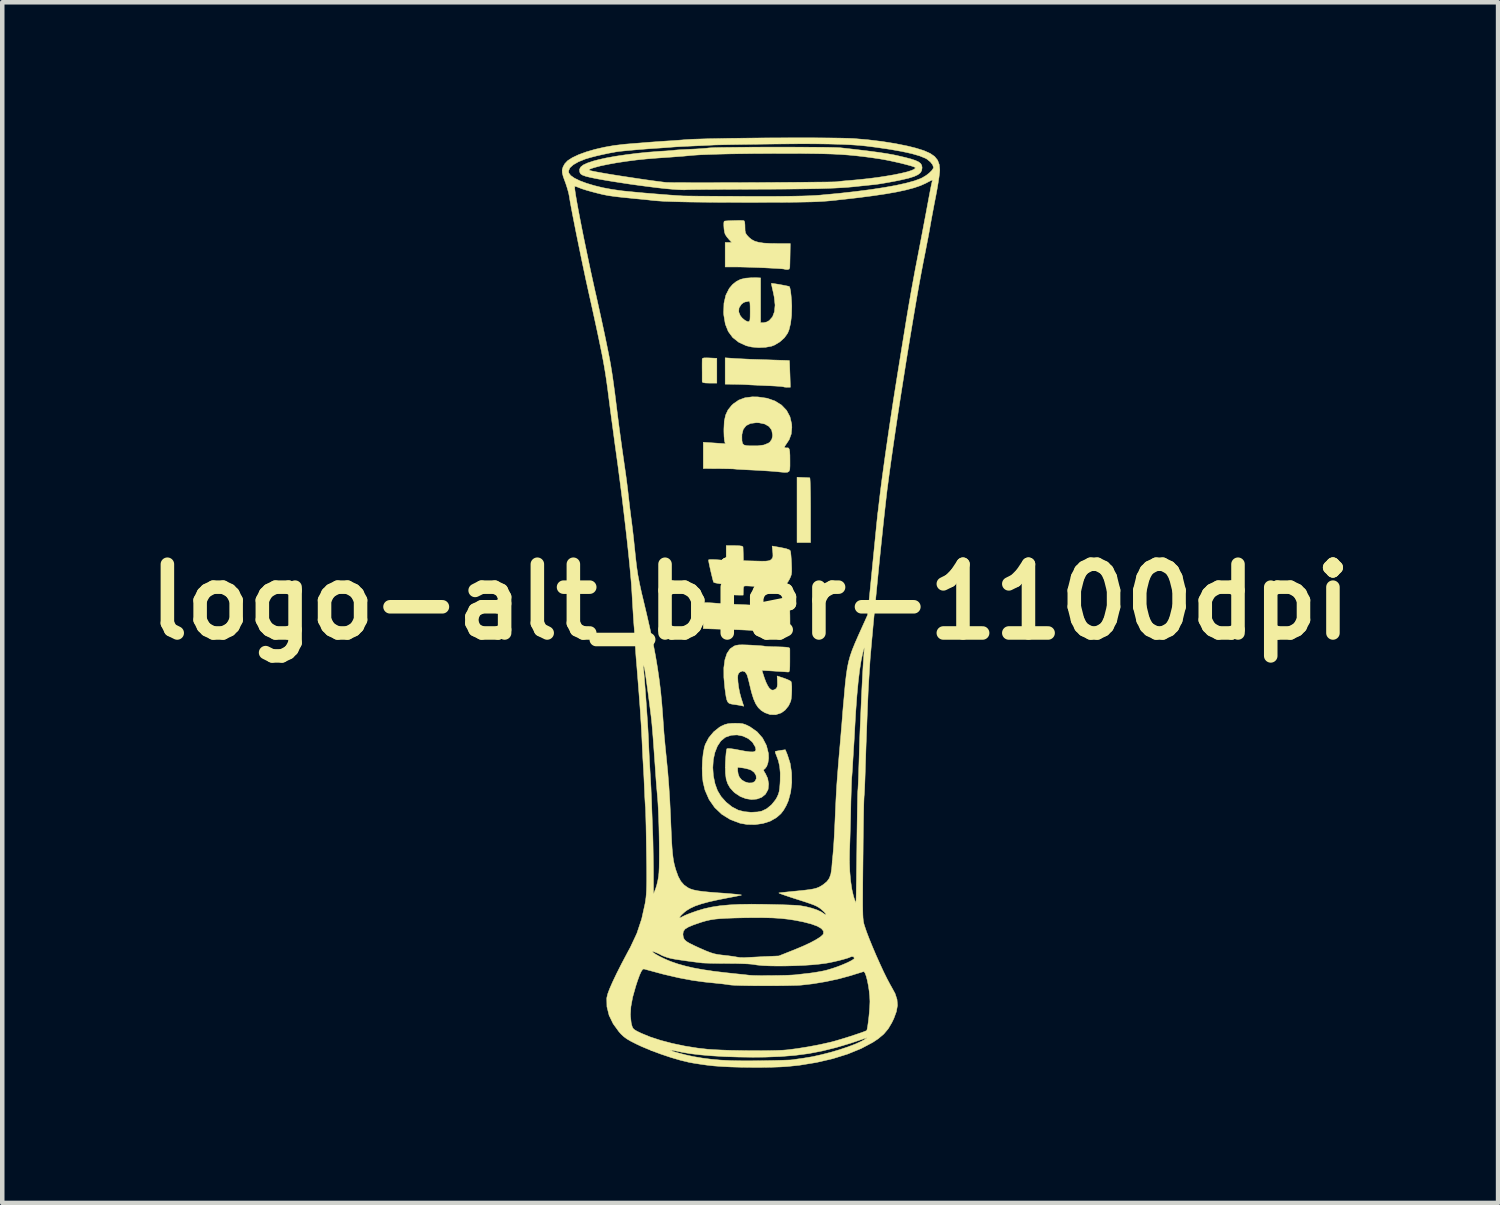
<source format=kicad_pcb>
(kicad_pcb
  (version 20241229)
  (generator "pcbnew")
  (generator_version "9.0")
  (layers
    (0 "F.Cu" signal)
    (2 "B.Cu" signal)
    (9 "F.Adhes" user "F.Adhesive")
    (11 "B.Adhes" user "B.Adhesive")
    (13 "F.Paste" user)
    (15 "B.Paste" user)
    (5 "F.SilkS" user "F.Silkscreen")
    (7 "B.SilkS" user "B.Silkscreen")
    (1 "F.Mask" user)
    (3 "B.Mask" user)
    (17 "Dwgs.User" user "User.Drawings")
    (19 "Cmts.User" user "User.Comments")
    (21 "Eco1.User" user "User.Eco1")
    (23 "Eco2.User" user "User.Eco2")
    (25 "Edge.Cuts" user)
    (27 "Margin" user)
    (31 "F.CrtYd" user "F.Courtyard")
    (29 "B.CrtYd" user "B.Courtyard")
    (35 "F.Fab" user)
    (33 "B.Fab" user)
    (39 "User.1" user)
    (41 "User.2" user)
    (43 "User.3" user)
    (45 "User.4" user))
  (footprint "logo-alt_bier-1100dpi"
    (layer "F.Cu")
    (at 13.578 10.291)
    (property "Reference" "logo-alt_bier-1100dpi" (at 0 0 0) (layer "F.SilkS") (effects (font (size 1.524 1.524) (thickness 0.3))))
    (attr through_hole)
    (fp_poly (pts (xy 1.172 -2.757) (xy 1.247 -2.754) (xy 1.302 -2.751) (xy 1.322 -2.75) (xy 1.326 -2.727) (xy 1.33 -2.664) (xy 1.333 -2.565) (xy 1.336 -2.438) (xy 1.338 -2.286) (xy 1.339 -2.116) (xy 1.339 -2.032) (xy 1.339 -1.316) (xy 1.039 -1.316) (xy 1.039 -2.763) (xy 1.172 -2.757)) (stroke (width 0.01) (type solid)) (fill yes) (layer "F.SilkS"))
    (fp_poly (pts (xy -0.901 -5.407) (xy -0.739 -5.399) (xy -0.739 -4.849) (xy -0.901 -4.849) (xy -0.995 -4.852) (xy -1.048 -4.862) (xy -1.063 -4.878) (xy -1.064 -4.924) (xy -1.064 -5) (xy -1.064 -5.093) (xy -1.065 -5.191) (xy -1.065 -5.279) (xy -1.064 -5.347) (xy -1.064 -5.38) (xy -1.055 -5.398) (xy -1.023 -5.408) (xy -0.96 -5.409) (xy -0.901 -5.407)) (stroke (width 0.01) (type solid)) (fill yes) (layer "F.SilkS"))
    (fp_poly (pts (xy -0.341 -5.395) (xy -0.251 -5.39) (xy -0.125 -5.384) (xy 0.024 -5.377) (xy 0.186 -5.372) (xy 0.35 -5.366) (xy 0.369 -5.366) (xy 0.515 -5.361) (xy 0.645 -5.357) (xy 0.751 -5.354) (xy 0.827 -5.351) (xy 0.865 -5.349) (xy 0.869 -5.349) (xy 0.871 -5.326) (xy 0.874 -5.266) (xy 0.877 -5.177) (xy 0.881 -5.068) (xy 0.882 -5.051) (xy 0.891 -4.757) (xy 0.819 -4.757) (xy 0.765 -4.76) (xy 0.736 -4.767) (xy 0.736 -4.767) (xy 0.71 -4.772) (xy 0.647 -4.778) (xy 0.554 -4.784) (xy 0.44 -4.79) (xy 0.38 -4.792) (xy 0.247 -4.798) (xy 0.121 -4.804) (xy 0.013 -4.809) (xy -0.064 -4.814) (xy -0.081 -4.815) (xy -0.164 -4.819) (xy -0.27 -4.822) (xy -0.375 -4.824) (xy -0.554 -4.826) (xy -0.554 -5.41) (xy -0.341 -5.395)) (stroke (width 0.01) (type solid)) (fill yes) (layer "F.SilkS"))
    (fp_poly (pts (xy -0.914 0.019) (xy -0.827 0.024) (xy -0.803 0.026) (xy -0.713 0.033) (xy -0.59 0.041) (xy -0.449 0.048) (xy -0.302 0.056) (xy -0.245 0.058) (xy -0.113 0.064) (xy 0.007 0.07) (xy 0.106 0.076) (xy 0.175 0.08) (xy 0.196 0.082) (xy 0.246 0.086) (xy 0.33 0.089) (xy 0.437 0.092) (xy 0.555 0.095) (xy 0.561 0.095) (xy 0.673 0.098) (xy 0.767 0.103) (xy 0.836 0.111) (xy 0.868 0.119) (xy 0.869 0.12) (xy 0.874 0.151) (xy 0.879 0.218) (xy 0.881 0.31) (xy 0.882 0.412) (xy 0.882 0.681) (xy 0.823 0.684) (xy 0.776 0.683) (xy 0.756 0.679) (xy 0.732 0.676) (xy 0.67 0.671) (xy 0.579 0.665) (xy 0.467 0.659) (xy 0.427 0.657) (xy 0.304 0.651) (xy 0.195 0.645) (xy 0.108 0.639) (xy 0.054 0.635) (xy 0.047 0.634) (xy 0.008 0.63) (xy -0.07 0.626) (xy -0.178 0.621) (xy -0.311 0.616) (xy -0.459 0.611) (xy -0.524 0.609) (xy -1.039 0.593) (xy -1.039 0.31) (xy -1.037 0.175) (xy -1.031 0.08) (xy -1.021 0.028) (xy -1.014 0.019) (xy -0.98 0.017) (xy -0.914 0.019)) (stroke (width 0.01) (type solid)) (fill yes) (layer "F.SilkS"))
    (fp_poly (pts (xy -0.165 -8.453) (xy -0.156 -8.453) (xy -0.133 -8.445) (xy -0.121 -8.416) (xy -0.116 -8.357) (xy -0.115 -8.31) (xy -0.113 -8.229) (xy -0.102 -8.175) (xy -0.074 -8.131) (xy -0.029 -8.082) (xy 0.031 -8.032) (xy 0.1 -7.995) (xy 0.187 -7.97) (xy 0.298 -7.953) (xy 0.442 -7.945) (xy 0.596 -7.943) (xy 0.889 -7.943) (xy 0.885 -7.707) (xy 0.883 -7.601) (xy 0.881 -7.508) (xy 0.879 -7.441) (xy 0.879 -7.418) (xy 0.865 -7.377) (xy 0.824 -7.366) (xy 0.778 -7.37) (xy 0.76 -7.375) (xy 0.734 -7.38) (xy 0.67 -7.386) (xy 0.574 -7.392) (xy 0.456 -7.398) (xy 0.321 -7.405) (xy 0.179 -7.411) (xy 0.036 -7.416) (xy -0.1 -7.42) (xy -0.221 -7.423) (xy -0.318 -7.424) (xy -0.554 -7.424) (xy -0.554 -7.695) (xy -0.554 -7.966) (xy -0.407 -7.966) (xy -0.466 -8.03) (xy -0.515 -8.088) (xy -0.552 -8.145) (xy -0.554 -8.148) (xy -0.568 -8.195) (xy -0.579 -8.264) (xy -0.584 -8.338) (xy -0.584 -8.401) (xy -0.576 -8.437) (xy -0.575 -8.438) (xy -0.55 -8.443) (xy -0.491 -8.447) (xy -0.41 -8.45) (xy -0.321 -8.453) (xy -0.235 -8.454) (xy -0.165 -8.453)) (stroke (width 0.01) (type solid)) (fill yes) (layer "F.SilkS"))
    (fp_poly (pts (xy -0.244 -1.244) (xy -0.184 -1.236) (xy -0.16 -1.221) (xy -0.159 -1.218) (xy -0.157 -1.181) (xy -0.155 -1.113) (xy -0.153 -1.051) (xy -0.15 -0.912) (xy 0.135 -0.905) (xy 0.257 -0.902) (xy 0.342 -0.903) (xy 0.399 -0.909) (xy 0.436 -0.919) (xy 0.462 -0.935) (xy 0.467 -0.939) (xy 0.493 -0.971) (xy 0.505 -1.012) (xy 0.503 -1.078) (xy 0.5 -1.11) (xy 0.487 -1.238) (xy 0.681 -1.204) (xy 0.794 -1.18) (xy 0.863 -1.156) (xy 0.89 -1.133) (xy 0.898 -1.096) (xy 0.905 -1.024) (xy 0.912 -0.929) (xy 0.916 -0.854) (xy 0.92 -0.742) (xy 0.92 -0.664) (xy 0.913 -0.607) (xy 0.897 -0.558) (xy 0.874 -0.508) (xy 0.835 -0.441) (xy 0.792 -0.393) (xy 0.738 -0.36) (xy 0.666 -0.34) (xy 0.569 -0.331) (xy 0.438 -0.331) (xy 0.312 -0.335) (xy 0.185 -0.341) (xy 0.071 -0.346) (xy -0.02 -0.351) (xy -0.079 -0.354) (xy -0.092 -0.354) (xy -0.128 -0.352) (xy -0.145 -0.333) (xy -0.152 -0.283) (xy -0.152 -0.254) (xy -0.155 -0.15) (xy -0.245 -0.15) (xy -0.33 -0.152) (xy -0.422 -0.156) (xy -0.433 -0.157) (xy -0.531 -0.164) (xy -0.531 -0.278) (xy -0.534 -0.348) (xy -0.546 -0.383) (xy -0.57 -0.393) (xy -0.572 -0.393) (xy -0.639 -0.398) (xy -0.712 -0.409) (xy -0.774 -0.421) (xy -0.809 -0.434) (xy -0.81 -0.435) (xy -0.819 -0.461) (xy -0.835 -0.521) (xy -0.855 -0.603) (xy -0.877 -0.695) (xy -0.897 -0.786) (xy -0.913 -0.863) (xy -0.922 -0.916) (xy -0.924 -0.93) (xy -0.902 -0.937) (xy -0.846 -0.939) (xy -0.764 -0.936) (xy -0.727 -0.933) (xy -0.531 -0.919) (xy -0.531 -1.247) (xy -0.346 -1.247) (xy -0.244 -1.244)) (stroke (width 0.01) (type solid)) (fill yes) (layer "F.SilkS"))
    (fp_poly (pts (xy 0.156 -7.184) (xy 0.231 -7.181) (xy 0.231 -6.188) (xy 0.297 -6.188) (xy 0.364 -6.203) (xy 0.421 -6.234) (xy 0.496 -6.319) (xy 0.539 -6.434) (xy 0.552 -6.579) (xy 0.533 -6.757) (xy 0.51 -6.869) (xy 0.49 -6.955) (xy 0.476 -7.021) (xy 0.471 -7.056) (xy 0.471 -7.06) (xy 0.495 -7.059) (xy 0.551 -7.051) (xy 0.626 -7.039) (xy 0.709 -7.024) (xy 0.785 -7.009) (xy 0.843 -6.997) (xy 0.869 -6.99) (xy 0.869 -6.989) (xy 0.882 -6.955) (xy 0.896 -6.885) (xy 0.907 -6.789) (xy 0.916 -6.678) (xy 0.922 -6.562) (xy 0.922 -6.548) (xy 0.917 -6.349) (xy 0.896 -6.172) (xy 0.86 -6.026) (xy 0.83 -5.955) (xy 0.759 -5.855) (xy 0.657 -5.763) (xy 0.54 -5.693) (xy 0.476 -5.668) (xy 0.341 -5.643) (xy 0.187 -5.636) (xy 0.036 -5.649) (xy -0.085 -5.677) (xy -0.254 -5.755) (xy -0.387 -5.86) (xy -0.486 -5.994) (xy -0.551 -6.158) (xy -0.584 -6.355) (xy -0.588 -6.408) (xy -0.587 -6.429) (xy -0.254 -6.429) (xy -0.218 -6.341) (xy -0.175 -6.29) (xy -0.119 -6.243) (xy -0.066 -6.215) (xy -0.048 -6.211) (xy -0.027 -6.214) (xy -0.012 -6.228) (xy -0.004 -6.261) (xy -0.001 -6.321) (xy -0.000017 -6.418) (xy 0 -6.445) (xy -0.001 -6.551) (xy -0.004 -6.618) (xy -0.011 -6.654) (xy -0.023 -6.666) (xy -0.037 -6.664) (xy -0.089 -6.651) (xy -0.107 -6.65) (xy -0.145 -6.635) (xy -0.193 -6.598) (xy -0.197 -6.594) (xy -0.247 -6.515) (xy -0.254 -6.429) (xy -0.587 -6.429) (xy -0.581 -6.619) (xy -0.539 -6.799) (xy -0.463 -6.949) (xy -0.389 -7.036) (xy -0.305 -7.103) (xy -0.213 -7.149) (xy -0.103 -7.175) (xy 0.036 -7.185) (xy 0.156 -7.184)) (stroke (width 0.01) (type solid)) (fill yes) (layer "F.SilkS"))
    (fp_poly (pts (xy 0.171 -4.543) (xy 0.374 -4.514) (xy 0.549 -4.453) (xy 0.694 -4.363) (xy 0.806 -4.246) (xy 0.882 -4.104) (xy 0.92 -3.941) (xy 0.924 -3.867) (xy 0.91 -3.72) (xy 0.864 -3.595) (xy 0.804 -3.504) (xy 0.766 -3.449) (xy 0.763 -3.42) (xy 0.795 -3.413) (xy 0.824 -3.415) (xy 0.849 -3.411) (xy 0.866 -3.386) (xy 0.876 -3.335) (xy 0.881 -3.25) (xy 0.882 -3.126) (xy 0.882 -3.12) (xy 0.882 -3.012) (xy 0.878 -2.939) (xy 0.862 -2.894) (xy 0.828 -2.874) (xy 0.767 -2.87) (xy 0.673 -2.878) (xy 0.589 -2.887) (xy 0.497 -2.895) (xy 0.374 -2.903) (xy 0.233 -2.912) (xy 0.089 -2.92) (xy 0.046 -2.922) (xy -0.08 -2.928) (xy -0.191 -2.934) (xy -0.279 -2.939) (xy -0.334 -2.944) (xy -0.346 -2.945) (xy -0.381 -2.948) (xy -0.453 -2.95) (xy -0.552 -2.952) (xy -0.669 -2.954) (xy -0.71 -2.954) (xy -1.039 -2.956) (xy -1.039 -3.538) (xy -0.794 -3.522) (xy -0.55 -3.505) (xy -0.566 -3.556) (xy -0.573 -3.601) (xy -0.578 -3.667) (xy -0.184 -3.667) (xy -0.182 -3.57) (xy -0.169 -3.511) (xy -0.138 -3.478) (xy -0.082 -3.464) (xy -0.015 -3.459) (xy 0.166 -3.459) (xy 0.305 -3.478) (xy 0.404 -3.518) (xy 0.437 -3.543) (xy 0.479 -3.601) (xy 0.495 -3.671) (xy 0.496 -3.704) (xy 0.477 -3.808) (xy 0.418 -3.888) (xy 0.325 -3.942) (xy 0.199 -3.969) (xy 0.138 -3.972) (xy 0.008 -3.955) (xy -0.089 -3.907) (xy -0.153 -3.826) (xy -0.182 -3.715) (xy -0.184 -3.667) (xy -0.578 -3.667) (xy -0.579 -3.679) (xy -0.582 -3.777) (xy -0.582 -3.831) (xy -0.574 -4.003) (xy -0.544 -4.141) (xy -0.491 -4.255) (xy -0.41 -4.355) (xy -0.374 -4.389) (xy -0.253 -4.473) (xy -0.116 -4.524) (xy 0.046 -4.545) (xy 0.171 -4.543)) (stroke (width 0.01) (type solid)) (fill yes) (layer "F.SilkS"))
    (fp_poly (pts (xy -0.067 0.955) (xy 0.021 0.959) (xy 0.132 0.966) (xy 0.226 0.972) (xy 0.293 0.978) (xy 0.324 0.983) (xy 0.325 0.983) (xy 0.352 0.987) (xy 0.416 0.99) (xy 0.506 0.994) (xy 0.608 0.996) (xy 0.726 1) (xy 0.804 1.005) (xy 0.851 1.013) (xy 0.874 1.024) (xy 0.879 1.038) (xy 0.88 1.075) (xy 0.88 1.147) (xy 0.88 1.242) (xy 0.88 1.316) (xy 0.879 1.425) (xy 0.876 1.495) (xy 0.869 1.535) (xy 0.857 1.552) (xy 0.839 1.555) (xy 0.839 1.555) (xy 0.8 1.552) (xy 0.727 1.547) (xy 0.629 1.541) (xy 0.529 1.534) (xy 0.26 1.518) (xy 0.316 1.689) (xy 0.35 1.779) (xy 0.389 1.859) (xy 0.424 1.912) (xy 0.427 1.915) (xy 0.471 1.952) (xy 0.508 1.957) (xy 0.542 1.944) (xy 0.577 1.922) (xy 0.597 1.888) (xy 0.605 1.831) (xy 0.603 1.741) (xy 0.602 1.727) (xy 0.598 1.642) (xy 0.744 1.69) (xy 0.821 1.719) (xy 0.879 1.746) (xy 0.906 1.764) (xy 0.916 1.804) (xy 0.922 1.876) (xy 0.922 1.966) (xy 0.918 2.061) (xy 0.91 2.145) (xy 0.9 2.199) (xy 0.852 2.303) (xy 0.776 2.397) (xy 0.692 2.459) (xy 0.567 2.501) (xy 0.442 2.498) (xy 0.329 2.458) (xy 0.247 2.408) (xy 0.18 2.344) (xy 0.123 2.259) (xy 0.074 2.147) (xy 0.029 2.002) (xy -0.011 1.836) (xy -0.033 1.745) (xy -0.055 1.664) (xy -0.072 1.611) (xy -0.113 1.552) (xy -0.168 1.532) (xy -0.227 1.556) (xy -0.235 1.562) (xy -0.259 1.589) (xy -0.272 1.624) (xy -0.276 1.678) (xy -0.271 1.764) (xy -0.27 1.778) (xy -0.256 1.89) (xy -0.231 2.018) (xy -0.2 2.132) (xy -0.142 2.313) (xy -0.192 2.301) (xy -0.244 2.291) (xy -0.32 2.279) (xy -0.365 2.273) (xy -0.424 2.263) (xy -0.467 2.248) (xy -0.496 2.22) (xy -0.518 2.172) (xy -0.535 2.096) (xy -0.551 1.984) (xy -0.56 1.923) (xy -0.583 1.674) (xy -0.584 1.461) (xy -0.56 1.283) (xy -0.514 1.143) (xy -0.445 1.041) (xy -0.353 0.978) (xy -0.307 0.963) (xy -0.25 0.954) (xy -0.173 0.952) (xy -0.067 0.955)) (stroke (width 0.01) (type solid)) (fill yes) (layer "F.SilkS"))
    (fp_poly (pts (xy -0.236 2.693) (xy -0.164 2.701) (xy -0.1 2.722) (xy -0.025 2.758) (xy -0.004 2.769) (xy 0.153 2.879) (xy 0.275 3.018) (xy 0.361 3.183) (xy 0.405 3.36) (xy 0.409 3.464) (xy 0.395 3.564) (xy 0.367 3.646) (xy 0.329 3.696) (xy 0.325 3.699) (xy 0.301 3.718) (xy 0.299 3.741) (xy 0.322 3.782) (xy 0.337 3.804) (xy 0.388 3.912) (xy 0.409 4.035) (xy 0.398 4.151) (xy 0.393 4.166) (xy 0.339 4.263) (xy 0.256 4.331) (xy 0.152 4.37) (xy 0.032 4.381) (xy -0.094 4.362) (xy -0.22 4.313) (xy -0.339 4.234) (xy -0.372 4.204) (xy -0.446 4.121) (xy -0.498 4.031) (xy -0.532 3.927) (xy -0.548 3.798) (xy -0.549 3.739) (xy -0.277 3.739) (xy -0.266 3.814) (xy -0.241 3.882) (xy -0.189 3.945) (xy -0.114 3.99) (xy -0.032 4.014) (xy 0.046 4.011) (xy 0.102 3.982) (xy 0.136 3.92) (xy 0.131 3.849) (xy 0.092 3.782) (xy 0.026 3.731) (xy -0.036 3.708) (xy -0.119 3.688) (xy -0.158 3.681) (xy -0.277 3.666) (xy -0.277 3.739) (xy -0.549 3.739) (xy -0.551 3.637) (xy -0.548 3.548) (xy -0.541 3.439) (xy -0.533 3.347) (xy -0.524 3.282) (xy -0.515 3.254) (xy -0.485 3.25) (xy -0.42 3.255) (xy -0.329 3.268) (xy -0.265 3.281) (xy -0.115 3.309) (xy -0.006 3.324) (xy 0.068 3.325) (xy 0.111 3.31) (xy 0.127 3.28) (xy 0.119 3.233) (xy 0.112 3.212) (xy 0.05 3.109) (xy -0.044 3.029) (xy -0.16 2.975) (xy -0.289 2.949) (xy -0.419 2.956) (xy -0.542 2.998) (xy -0.554 3.004) (xy -0.65 3.083) (xy -0.726 3.197) (xy -0.782 3.338) (xy -0.817 3.5) (xy -0.828 3.674) (xy -0.816 3.854) (xy -0.779 4.032) (xy -0.725 4.182) (xy -0.645 4.315) (xy -0.533 4.44) (xy -0.403 4.544) (xy -0.267 4.615) (xy -0.265 4.616) (xy -0.132 4.65) (xy 0.019 4.664) (xy 0.166 4.656) (xy 0.257 4.638) (xy 0.368 4.584) (xy 0.474 4.497) (xy 0.563 4.386) (xy 0.594 4.333) (xy 0.623 4.269) (xy 0.642 4.206) (xy 0.654 4.128) (xy 0.662 4.024) (xy 0.665 3.967) (xy 0.667 3.792) (xy 0.654 3.648) (xy 0.625 3.521) (xy 0.585 3.411) (xy 0.563 3.356) (xy 0.555 3.321) (xy 0.556 3.316) (xy 0.583 3.308) (xy 0.639 3.298) (xy 0.672 3.292) (xy 0.779 3.277) (xy 0.825 3.388) (xy 0.886 3.578) (xy 0.918 3.788) (xy 0.922 4.004) (xy 0.898 4.215) (xy 0.846 4.409) (xy 0.797 4.52) (xy 0.739 4.62) (xy 0.68 4.696) (xy 0.602 4.765) (xy 0.572 4.788) (xy 0.441 4.862) (xy 0.282 4.912) (xy 0.107 4.937) (xy -0.073 4.933) (xy -0.225 4.906) (xy -0.44 4.825) (xy -0.628 4.709) (xy -0.786 4.559) (xy -0.911 4.38) (xy -1.001 4.174) (xy -1.045 3.992) (xy -1.06 3.848) (xy -1.064 3.686) (xy -1.058 3.519) (xy -1.041 3.362) (xy -1.016 3.228) (xy -0.995 3.16) (xy -0.918 3.013) (xy -0.809 2.881) (xy -0.68 2.778) (xy -0.638 2.754) (xy -0.564 2.72) (xy -0.493 2.701) (xy -0.407 2.693) (xy -0.335 2.691) (xy -0.236 2.693)) (stroke (width 0.01) (type solid)) (fill yes) (layer "F.SilkS"))
    (fp_poly (pts (xy 0.955 -10.08) (xy 1.171 -10.079) (xy 1.374 -10.078) (xy 1.557 -10.077) (xy 1.716 -10.075) (xy 1.846 -10.072) (xy 1.941 -10.069) (xy 1.997 -10.066) (xy 2.318 -10.03) (xy 2.595 -9.997) (xy 2.83 -9.966) (xy 3.024 -9.937) (xy 3.18 -9.909) (xy 3.256 -9.893) (xy 3.431 -9.852) (xy 3.565 -9.817) (xy 3.664 -9.784) (xy 3.733 -9.752) (xy 3.777 -9.718) (xy 3.801 -9.679) (xy 3.81 -9.633) (xy 3.81 -9.617) (xy 3.801 -9.56) (xy 3.772 -9.511) (xy 3.717 -9.468) (xy 3.632 -9.429) (xy 3.513 -9.392) (xy 3.355 -9.355) (xy 3.24 -9.331) (xy 3.107 -9.306) (xy 2.977 -9.283) (xy 2.863 -9.264) (xy 2.778 -9.252) (xy 2.759 -9.25) (xy 2.671 -9.241) (xy 2.557 -9.229) (xy 2.438 -9.217) (xy 2.401 -9.213) (xy 2.279 -9.2) (xy 2.152 -9.189) (xy 2.016 -9.18) (xy 1.869 -9.172) (xy 1.705 -9.166) (xy 1.521 -9.16) (xy 1.311 -9.156) (xy 1.073 -9.153) (xy 0.802 -9.15) (xy 0.494 -9.148) (xy 0.144 -9.147) (xy 0.083 -9.147) (xy -0.173 -9.146) (xy -0.416 -9.145) (xy -0.642 -9.144) (xy -0.848 -9.142) (xy -1.028 -9.141) (xy -1.179 -9.14) (xy -1.296 -9.138) (xy -1.377 -9.137) (xy -1.416 -9.135) (xy -1.418 -9.135) (xy -1.46 -9.133) (xy -1.536 -9.135) (xy -1.635 -9.14) (xy -1.72 -9.146) (xy -1.867 -9.159) (xy -2.041 -9.178) (xy -2.234 -9.202) (xy -2.441 -9.229) (xy -2.652 -9.258) (xy -2.862 -9.29) (xy -3.062 -9.321) (xy -3.247 -9.352) (xy -3.408 -9.381) (xy -3.539 -9.408) (xy -3.632 -9.43) (xy -3.642 -9.433) (xy -3.717 -9.46) (xy -3.759 -9.488) (xy -3.778 -9.527) (xy -3.779 -9.529) (xy -3.781 -9.573) (xy -3.571 -9.573) (xy -3.542 -9.559) (xy -3.5 -9.549) (xy -3.42 -9.533) (xy -3.306 -9.512) (xy -3.167 -9.488) (xy -3.008 -9.462) (xy -2.836 -9.435) (xy -2.658 -9.408) (xy -2.481 -9.381) (xy -2.31 -9.356) (xy -2.153 -9.334) (xy -2.016 -9.316) (xy -1.905 -9.302) (xy -1.859 -9.297) (xy -1.817 -9.296) (xy -1.734 -9.294) (xy -1.615 -9.293) (xy -1.463 -9.293) (xy -1.282 -9.292) (xy -1.078 -9.292) (xy -0.855 -9.292) (xy -0.616 -9.293) (xy -0.366 -9.293) (xy -0.109 -9.294) (xy 0.15 -9.295) (xy 0.407 -9.296) (xy 0.658 -9.298) (xy 0.898 -9.299) (xy 1.123 -9.301) (xy 1.329 -9.303) (xy 1.512 -9.305) (xy 1.667 -9.306) (xy 1.79 -9.308) (xy 1.877 -9.31) (xy 1.923 -9.312) (xy 1.928 -9.313) (xy 1.985 -9.321) (xy 2.07 -9.33) (xy 2.168 -9.338) (xy 2.182 -9.339) (xy 2.402 -9.359) (xy 2.617 -9.382) (xy 2.824 -9.408) (xy 3.018 -9.438) (xy 3.194 -9.468) (xy 3.348 -9.5) (xy 3.477 -9.531) (xy 3.575 -9.562) (xy 3.638 -9.591) (xy 3.662 -9.617) (xy 3.657 -9.63) (xy 3.624 -9.645) (xy 3.554 -9.668) (xy 3.457 -9.694) (xy 3.34 -9.724) (xy 3.212 -9.753) (xy 3.083 -9.781) (xy 2.96 -9.805) (xy 2.853 -9.823) (xy 2.851 -9.823) (xy 2.666 -9.85) (xy 2.496 -9.872) (xy 2.334 -9.89) (xy 2.174 -9.905) (xy 2.01 -9.917) (xy 1.834 -9.926) (xy 1.642 -9.932) (xy 1.425 -9.936) (xy 1.178 -9.939) (xy 0.894 -9.94) (xy 0.762 -9.94) (xy 0.432 -9.939) (xy 0.117 -9.938) (xy -0.18 -9.934) (xy -0.454 -9.93) (xy -0.702 -9.924) (xy -0.919 -9.917) (xy -1.1 -9.91) (xy -1.244 -9.901) (xy -1.328 -9.894) (xy -1.396 -9.887) (xy -1.482 -9.879) (xy -1.592 -9.871) (xy -1.731 -9.86) (xy -1.906 -9.848) (xy -2.078 -9.836) (xy -2.298 -9.818) (xy -2.522 -9.795) (xy -2.744 -9.766) (xy -2.956 -9.734) (xy -3.149 -9.699) (xy -3.318 -9.664) (xy -3.452 -9.628) (xy -3.522 -9.605) (xy -3.566 -9.586) (xy -3.571 -9.573) (xy -3.781 -9.573) (xy -3.782 -9.588) (xy -3.756 -9.639) (xy -3.699 -9.685) (xy -3.606 -9.728) (xy -3.474 -9.772) (xy -3.36 -9.802) (xy -3.19 -9.84) (xy -2.984 -9.877) (xy -2.755 -9.911) (xy -2.512 -9.942) (xy -2.266 -9.967) (xy -2.03 -9.985) (xy -1.974 -9.989) (xy -1.866 -9.995) (xy -1.775 -10.002) (xy -1.712 -10.007) (xy -1.685 -10.011) (xy -1.685 -10.011) (xy -1.659 -10.014) (xy -1.595 -10.019) (xy -1.502 -10.024) (xy -1.388 -10.03) (xy -1.327 -10.033) (xy -1.201 -10.039) (xy -1.087 -10.046) (xy -0.996 -10.053) (xy -0.936 -10.059) (xy -0.924 -10.061) (xy -0.883 -10.064) (xy -0.802 -10.068) (xy -0.684 -10.071) (xy -0.535 -10.073) (xy -0.36 -10.075) (xy -0.165 -10.077) (xy 0.047 -10.079) (xy 0.27 -10.08) (xy 0.499 -10.08) (xy 0.729 -10.08) (xy 0.955 -10.08)) (stroke (width 0.01) (type solid)) (fill yes) (layer "F.SilkS"))
    (fp_poly (pts (xy 1.407 -10.286) (xy 1.641 -10.284) (xy 1.851 -10.282) (xy 2.034 -10.279) (xy 2.183 -10.275) (xy 2.295 -10.27) (xy 2.309 -10.269) (xy 2.619 -10.242) (xy 2.926 -10.205) (xy 3.22 -10.158) (xy 3.488 -10.104) (xy 3.673 -10.058) (xy 3.852 -10.002) (xy 3.989 -9.941) (xy 4.089 -9.872) (xy 4.155 -9.79) (xy 4.191 -9.693) (xy 4.203 -9.575) (xy 4.203 -9.574) (xy 4.198 -9.512) (xy 4.186 -9.414) (xy 4.167 -9.289) (xy 4.143 -9.148) (xy 4.115 -8.997) (xy 4.111 -8.978) (xy 4.08 -8.819) (xy 4.05 -8.659) (xy 4.022 -8.51) (xy 3.999 -8.383) (xy 3.983 -8.29) (xy 3.983 -8.29) (xy 3.967 -8.2) (xy 3.944 -8.076) (xy 3.915 -7.928) (xy 3.884 -7.766) (xy 3.851 -7.6) (xy 3.841 -7.551) (xy 3.798 -7.326) (xy 3.749 -7.062) (xy 3.696 -6.763) (xy 3.64 -6.435) (xy 3.581 -6.084) (xy 3.52 -5.716) (xy 3.458 -5.335) (xy 3.397 -4.948) (xy 3.336 -4.561) (xy 3.277 -4.178) (xy 3.221 -3.806) (xy 3.169 -3.45) (xy 3.121 -3.115) (xy 3.079 -2.809) (xy 3.043 -2.535) (xy 3.037 -2.494) (xy 3.021 -2.359) (xy 3.001 -2.183) (xy 2.978 -1.974) (xy 2.952 -1.738) (xy 2.925 -1.479) (xy 2.896 -1.205) (xy 2.867 -0.922) (xy 2.838 -0.635) (xy 2.81 -0.35) (xy 2.783 -0.075) (xy 2.758 0.186) (xy 2.735 0.426) (xy 2.725 0.531) (xy 2.711 0.689) (xy 2.697 0.838) (xy 2.685 0.97) (xy 2.676 1.077) (xy 2.669 1.149) (xy 2.668 1.166) (xy 2.661 1.243) (xy 2.654 1.347) (xy 2.647 1.46) (xy 2.644 1.501) (xy 2.637 1.624) (xy 2.629 1.755) (xy 2.622 1.87) (xy 2.621 1.893) (xy 2.616 1.981) (xy 2.611 2.101) (xy 2.605 2.239) (xy 2.599 2.38) (xy 2.598 2.413) (xy 2.592 2.566) (xy 2.586 2.732) (xy 2.58 2.892) (xy 2.575 3.027) (xy 2.575 3.036) (xy 2.57 3.152) (xy 2.565 3.3) (xy 2.56 3.466) (xy 2.554 3.638) (xy 2.55 3.775) (xy 2.545 3.922) (xy 2.54 4.058) (xy 2.535 4.175) (xy 2.53 4.264) (xy 2.525 4.315) (xy 2.525 4.318) (xy 2.523 4.356) (xy 2.52 4.435) (xy 2.517 4.552) (xy 2.514 4.701) (xy 2.511 4.879) (xy 2.508 5.081) (xy 2.505 5.303) (xy 2.503 5.54) (xy 2.501 5.715) (xy 2.498 5.995) (xy 2.496 6.233) (xy 2.495 6.433) (xy 2.494 6.598) (xy 2.494 6.733) (xy 2.496 6.842) (xy 2.498 6.928) (xy 2.501 6.996) (xy 2.506 7.049) (xy 2.512 7.091) (xy 2.519 7.127) (xy 2.528 7.16) (xy 2.535 7.181) (xy 2.579 7.312) (xy 2.64 7.471) (xy 2.712 7.647) (xy 2.791 7.833) (xy 2.874 8.018) (xy 2.955 8.194) (xy 3.032 8.35) (xy 3.1 8.478) (xy 3.134 8.538) (xy 3.212 8.681) (xy 3.255 8.813) (xy 3.265 8.943) (xy 3.241 9.081) (xy 3.184 9.236) (xy 3.139 9.329) (xy 3.058 9.465) (xy 2.961 9.58) (xy 2.837 9.684) (xy 2.72 9.762) (xy 2.459 9.901) (xy 2.16 10.023) (xy 1.829 10.126) (xy 1.471 10.209) (xy 1.092 10.271) (xy 0.831 10.298) (xy 0.673 10.308) (xy 0.479 10.315) (xy 0.262 10.318) (xy 0.033 10.318) (xy -0.199 10.315) (xy -0.42 10.309) (xy -0.62 10.299) (xy -0.789 10.287) (xy -0.82 10.284) (xy -0.963 10.268) (xy -1.117 10.246) (xy -1.263 10.223) (xy -1.36 10.205) (xy -1.546 10.16) (xy -1.758 10.098) (xy -1.982 10.023) (xy -2.203 9.94) (xy -2.212 9.936) (xy -1.77 9.936) (xy -1.755 9.947) (xy -1.704 9.966) (xy -1.626 9.989) (xy -1.531 10.015) (xy -1.426 10.042) (xy -1.322 10.065) (xy -1.258 10.079) (xy -1.063 10.112) (xy -0.864 10.138) (xy -0.652 10.157) (xy -0.42 10.168) (xy -0.16 10.173) (xy 0.136 10.172) (xy 0.208 10.171) (xy 0.381 10.168) (xy 0.542 10.165) (xy 0.684 10.161) (xy 0.801 10.157) (xy 0.886 10.154) (xy 0.932 10.15) (xy 0.935 10.15) (xy 0.991 10.141) (xy 1.076 10.129) (xy 1.174 10.115) (xy 1.189 10.113) (xy 1.375 10.082) (xy 1.574 10.038) (xy 1.779 9.986) (xy 1.979 9.927) (xy 2.167 9.864) (xy 2.333 9.801) (xy 2.469 9.739) (xy 2.541 9.698) (xy 2.579 9.671) (xy 2.585 9.661) (xy 2.575 9.664) (xy 2.227 9.782) (xy 1.906 9.878) (xy 1.6 9.954) (xy 1.3 10.012) (xy 0.994 10.052) (xy 0.671 10.078) (xy 0.322 10.091) (xy 0.058 10.093) (xy -0.261 10.089) (xy -0.566 10.079) (xy -0.851 10.062) (xy -1.109 10.04) (xy -1.334 10.013) (xy -1.521 9.981) (xy -1.55 9.975) (xy -1.643 9.955) (xy -1.716 9.942) (xy -1.761 9.936) (xy -1.77 9.936) (xy -2.212 9.936) (xy -2.407 9.855) (xy -2.528 9.798) (xy -2.646 9.738) (xy -2.732 9.688) (xy -2.8 9.638) (xy -2.86 9.582) (xy -2.907 9.53) (xy -3.037 9.351) (xy -3.127 9.165) (xy -3.128 9.161) (xy -2.655 9.161) (xy -2.638 9.325) (xy -2.629 9.367) (xy -2.614 9.418) (xy -2.595 9.455) (xy -2.562 9.485) (xy -2.506 9.518) (xy -2.417 9.561) (xy -2.415 9.562) (xy -2.218 9.643) (xy -1.985 9.719) (xy -1.726 9.787) (xy -1.451 9.845) (xy -1.17 9.89) (xy -0.944 9.916) (xy -0.802 9.926) (xy -0.629 9.934) (xy -0.433 9.941) (xy -0.224 9.945) (xy -0.009 9.948) (xy 0.201 9.948) (xy 0.4 9.947) (xy 0.578 9.943) (xy 0.726 9.937) (xy 0.826 9.929) (xy 1.044 9.901) (xy 1.286 9.862) (xy 1.531 9.816) (xy 1.76 9.765) (xy 1.802 9.755) (xy 1.883 9.733) (xy 1.985 9.703) (xy 2.101 9.668) (xy 2.221 9.63) (xy 2.336 9.592) (xy 2.439 9.557) (xy 2.52 9.528) (xy 2.57 9.508) (xy 2.583 9.502) (xy 2.593 9.471) (xy 2.605 9.405) (xy 2.618 9.312) (xy 2.631 9.204) (xy 2.642 9.09) (xy 2.65 8.981) (xy 2.654 8.887) (xy 2.655 8.855) (xy 2.65 8.745) (xy 2.638 8.626) (xy 2.62 8.507) (xy 2.598 8.396) (xy 2.574 8.302) (xy 2.549 8.233) (xy 2.526 8.198) (xy 2.515 8.195) (xy 2.481 8.205) (xy 2.413 8.226) (xy 2.321 8.254) (xy 2.23 8.283) (xy 1.963 8.356) (xy 1.675 8.418) (xy 1.386 8.466) (xy 1.131 8.495) (xy 1.042 8.5) (xy 0.921 8.503) (xy 0.775 8.506) (xy 0.611 8.508) (xy 0.438 8.509) (xy 0.261 8.509) (xy 0.088 8.508) (xy -0.073 8.506) (xy -0.215 8.503) (xy -0.332 8.499) (xy -0.414 8.494) (xy -0.45 8.49) (xy -0.516 8.48) (xy -0.6 8.469) (xy -0.635 8.465) (xy -0.707 8.458) (xy -0.81 8.447) (xy -0.927 8.435) (xy -1.004 8.427) (xy -1.277 8.39) (xy -1.585 8.332) (xy -1.921 8.254) (xy -2.281 8.157) (xy -2.356 8.136) (xy -2.382 8.145) (xy -2.414 8.191) (xy -2.452 8.274) (xy -2.497 8.398) (xy -2.537 8.521) (xy -2.605 8.763) (xy -2.644 8.975) (xy -2.655 9.161) (xy -3.128 9.161) (xy -3.175 8.974) (xy -3.179 8.785) (xy -3.176 8.767) (xy -3.157 8.688) (xy -3.114 8.573) (xy -3.048 8.423) (xy -2.961 8.24) (xy -2.854 8.028) (xy -2.727 7.788) (xy -2.705 7.747) (xy -2.171 7.747) (xy -2.151 7.772) (xy -2.097 7.809) (xy -2.018 7.854) (xy -1.924 7.901) (xy -1.822 7.946) (xy -1.755 7.973) (xy -1.601 8.026) (xy -1.436 8.072) (xy -1.256 8.114) (xy -1.053 8.151) (xy -0.821 8.186) (xy -0.554 8.218) (xy -0.312 8.244) (xy -0.204 8.255) (xy -0.11 8.265) (xy -0.041 8.273) (xy -0.012 8.276) (xy 0.043 8.28) (xy 0.134 8.283) (xy 0.252 8.284) (xy 0.387 8.283) (xy 0.531 8.282) (xy 0.673 8.28) (xy 0.804 8.277) (xy 0.914 8.272) (xy 0.994 8.267) (xy 1.016 8.265) (xy 1.124 8.252) (xy 1.24 8.239) (xy 1.305 8.232) (xy 1.402 8.219) (xy 1.517 8.2) (xy 1.614 8.182) (xy 1.717 8.157) (xy 1.832 8.122) (xy 1.951 8.081) (xy 2.064 8.036) (xy 2.165 7.992) (xy 2.245 7.951) (xy 2.296 7.918) (xy 2.309 7.898) (xy 2.291 7.866) (xy 2.249 7.861) (xy 2.221 7.872) (xy 2.166 7.894) (xy 2.078 7.92) (xy 1.969 7.949) (xy 1.85 7.977) (xy 1.733 8.001) (xy 1.674 8.011) (xy 1.534 8.029) (xy 1.367 8.045) (xy 1.181 8.057) (xy 0.986 8.065) (xy 0.789 8.07) (xy 0.599 8.071) (xy 0.423 8.068) (xy 0.271 8.061) (xy 0.151 8.049) (xy 0.09 8.039) (xy 0.034 8.031) (xy -0.059 8.024) (xy -0.18 8.019) (xy -0.321 8.015) (xy -0.472 8.014) (xy -0.499 8.014) (xy -0.65 8.013) (xy -0.791 8.012) (xy -0.913 8.009) (xy -1.008 8.006) (xy -1.067 8.003) (xy -1.074 8.002) (xy -1.271 7.977) (xy -1.428 7.956) (xy -1.551 7.938) (xy -1.645 7.924) (xy -1.718 7.911) (xy -1.773 7.899) (xy -1.818 7.887) (xy -1.836 7.882) (xy -1.906 7.857) (xy -1.958 7.836) (xy -1.974 7.827) (xy -2.008 7.808) (xy -2.06 7.784) (xy -2.115 7.762) (xy -2.157 7.748) (xy -2.171 7.747) (xy -2.705 7.747) (xy -2.655 7.655) (xy -2.52 7.367) (xy -1.491 7.367) (xy -1.484 7.419) (xy -1.473 7.458) (xy -1.449 7.494) (xy -1.409 7.529) (xy -1.345 7.567) (xy -1.251 7.614) (xy -1.121 7.674) (xy -1.105 7.681) (xy -0.979 7.736) (xy -0.881 7.774) (xy -0.797 7.8) (xy -0.714 7.817) (xy -0.619 7.829) (xy -0.6 7.831) (xy -0.494 7.843) (xy -0.396 7.856) (xy -0.321 7.868) (xy -0.3 7.872) (xy -0.227 7.883) (xy -0.137 7.885) (xy -0.104 7.884) (xy -0.036 7.88) (xy 0.064 7.875) (xy 0.184 7.869) (xy 0.312 7.862) (xy 0.323 7.862) (xy 0.635 7.848) (xy 0.99 7.707) (xy 1.176 7.629) (xy 1.335 7.555) (xy 1.463 7.486) (xy 1.557 7.426) (xy 1.613 7.375) (xy 1.624 7.356) (xy 1.624 7.297) (xy 1.579 7.241) (xy 1.488 7.188) (xy 1.353 7.139) (xy 1.175 7.093) (xy 1.159 7.09) (xy 0.997 7.058) (xy 0.84 7.034) (xy 0.677 7.016) (xy 0.501 7.005) (xy 0.303 7) (xy 0.075 6.999) (xy -0.141 7.002) (xy -0.349 7.007) (xy -0.52 7.013) (xy -0.66 7.021) (xy -0.778 7.032) (xy -0.882 7.048) (xy -0.979 7.07) (xy -1.079 7.099) (xy -1.188 7.136) (xy -1.257 7.16) (xy -1.37 7.207) (xy -1.443 7.252) (xy -1.481 7.304) (xy -1.491 7.367) (xy -2.52 7.367) (xy -2.513 7.353) (xy -2.405 7.028) (xy -2.329 6.685) (xy -2.318 6.616) (xy -2.309 6.548) (xy -2.303 6.477) (xy -2.298 6.397) (xy -2.295 6.301) (xy -2.293 6.185) (xy -2.293 6.043) (xy -2.294 5.868) (xy -2.297 5.656) (xy -2.299 5.53) (xy -2.302 5.328) (xy -2.305 5.138) (xy -2.308 4.966) (xy -2.312 4.817) (xy -2.315 4.697) (xy -2.318 4.611) (xy -2.32 4.564) (xy -2.32 4.56) (xy -2.325 4.513) (xy -2.33 4.429) (xy -2.336 4.321) (xy -2.341 4.198) (xy -2.343 4.156) (xy -2.349 4.021) (xy -2.355 3.888) (xy -2.361 3.771) (xy -2.366 3.684) (xy -2.367 3.671) (xy -2.372 3.586) (xy -2.379 3.47) (xy -2.385 3.342) (xy -2.39 3.244) (xy -2.398 3.068) (xy -2.406 2.903) (xy -2.415 2.74) (xy -2.426 2.575) (xy -2.437 2.401) (xy -2.451 2.211) (xy -2.467 1.999) (xy -2.486 1.759) (xy -2.508 1.484) (xy -2.514 1.409) (xy -2.372 1.409) (xy -2.367 1.455) (xy -2.36 1.52) (xy -2.352 1.611) (xy -2.345 1.697) (xy -2.318 2.051) (xy -2.296 2.361) (xy -2.278 2.628) (xy -2.264 2.854) (xy -2.254 3.041) (xy -2.253 3.083) (xy -2.245 3.26) (xy -2.237 3.428) (xy -2.228 3.601) (xy -2.217 3.792) (xy -2.205 3.995) (xy -2.202 4.055) (xy -2.198 4.124) (xy -2.195 4.208) (xy -2.19 4.31) (xy -2.185 4.437) (xy -2.18 4.592) (xy -2.173 4.781) (xy -2.165 5.008) (xy -2.158 5.184) (xy -2.154 5.323) (xy -2.151 5.493) (xy -2.148 5.678) (xy -2.145 5.864) (xy -2.144 6.004) (xy -2.143 6.477) (xy -2.098 6.365) (xy -2.072 6.284) (xy -2.047 6.179) (xy -2.029 6.076) (xy -2.022 6) (xy -2.017 5.886) (xy -2.015 5.74) (xy -2.014 5.571) (xy -2.015 5.385) (xy -2.018 5.19) (xy -2.022 4.995) (xy -2.028 4.805) (xy -2.035 4.628) (xy -2.043 4.473) (xy -2.052 4.346) (xy -2.053 4.341) (xy -2.064 4.211) (xy -2.076 4.072) (xy -2.086 3.946) (xy -2.089 3.902) (xy -2.109 3.61) (xy -2.127 3.361) (xy -2.142 3.15) (xy -2.155 2.975) (xy -2.167 2.832) (xy -2.177 2.716) (xy -2.186 2.626) (xy -2.194 2.556) (xy -2.194 2.552) (xy -2.229 2.277) (xy -2.259 2.047) (xy -2.285 1.856) (xy -2.306 1.704) (xy -2.323 1.588) (xy -2.337 1.504) (xy -2.348 1.45) (xy -2.355 1.427) (xy -2.369 1.399) (xy -2.372 1.409) (xy -2.514 1.409) (xy -2.528 1.247) (xy -2.534 1.166) (xy -2.541 1.058) (xy -2.548 0.94) (xy -2.551 0.889) (xy -2.558 0.773) (xy -2.565 0.658) (xy -2.572 0.562) (xy -2.575 0.531) (xy -2.587 0.362) (xy -2.6 0.156) (xy -2.614 -0.077) (xy -2.622 -0.219) (xy -2.632 -0.379) (xy -2.649 -0.58) (xy -2.671 -0.815) (xy -2.698 -1.08) (xy -2.729 -1.369) (xy -2.764 -1.678) (xy -2.802 -2) (xy -2.842 -2.33) (xy -2.885 -2.664) (xy -2.928 -2.995) (xy -2.967 -3.279) (xy -2.997 -3.493) (xy -3.028 -3.726) (xy -3.06 -3.963) (xy -3.091 -4.193) (xy -3.118 -4.402) (xy -3.14 -4.572) (xy -3.158 -4.713) (xy -3.176 -4.844) (xy -3.194 -4.969) (xy -3.213 -5.091) (xy -3.234 -5.217) (xy -3.258 -5.35) (xy -3.286 -5.496) (xy -3.319 -5.658) (xy -3.357 -5.841) (xy -3.401 -6.049) (xy -3.453 -6.288) (xy -3.513 -6.562) (xy -3.583 -6.875) (xy -3.602 -6.962) (xy -3.641 -7.138) (xy -3.682 -7.332) (xy -3.726 -7.54) (xy -3.77 -7.754) (xy -3.814 -7.969) (xy -3.857 -8.179) (xy -3.896 -8.377) (xy -3.932 -8.559) (xy -3.962 -8.717) (xy -3.986 -8.847) (xy -4.002 -8.941) (xy -4.008 -8.982) (xy -4.024 -9.063) (xy -4.053 -9.167) (xy -4.058 -9.183) (xy -3.891 -9.183) (xy -3.883 -9.114) (xy -3.867 -9.008) (xy -3.843 -8.87) (xy -3.813 -8.704) (xy -3.777 -8.514) (xy -3.736 -8.304) (xy -3.691 -8.078) (xy -3.642 -7.841) (xy -3.591 -7.597) (xy -3.539 -7.349) (xy -3.485 -7.103) (xy -3.432 -6.863) (xy -3.417 -6.8) (xy -3.373 -6.602) (xy -3.325 -6.385) (xy -3.277 -6.165) (xy -3.232 -5.955) (xy -3.193 -5.768) (xy -3.175 -5.68) (xy -3.143 -5.522) (xy -3.115 -5.38) (xy -3.091 -5.246) (xy -3.069 -5.112) (xy -3.047 -4.969) (xy -3.025 -4.81) (xy -3 -4.626) (xy -2.973 -4.41) (xy -2.956 -4.272) (xy -2.928 -4.051) (xy -2.901 -3.841) (xy -2.872 -3.63) (xy -2.841 -3.405) (xy -2.805 -3.154) (xy -2.785 -3.013) (xy -2.763 -2.861) (xy -2.741 -2.702) (xy -2.722 -2.552) (xy -2.707 -2.426) (xy -2.702 -2.378) (xy -2.686 -2.24) (xy -2.668 -2.084) (xy -2.649 -1.936) (xy -2.644 -1.893) (xy -2.629 -1.783) (xy -2.617 -1.687) (xy -2.606 -1.597) (xy -2.595 -1.504) (xy -2.583 -1.398) (xy -2.57 -1.271) (xy -2.553 -1.112) (xy -2.541 -0.993) (xy -2.517 -0.787) (xy -2.489 -0.597) (xy -2.452 -0.405) (xy -2.406 -0.194) (xy -2.381 -0.092) (xy -2.293 0.278) (xy -2.217 0.611) (xy -2.152 0.916) (xy -2.098 1.199) (xy -2.053 1.468) (xy -2.015 1.731) (xy -1.983 1.995) (xy -1.957 2.268) (xy -1.935 2.557) (xy -1.929 2.644) (xy -1.919 2.784) (xy -1.91 2.912) (xy -1.898 3.041) (xy -1.885 3.183) (xy -1.868 3.353) (xy -1.859 3.441) (xy -1.826 3.777) (xy -1.801 4.095) (xy -1.781 4.415) (xy -1.766 4.722) (xy -1.756 4.964) (xy -1.747 5.165) (xy -1.739 5.33) (xy -1.73 5.466) (xy -1.72 5.577) (xy -1.709 5.669) (xy -1.697 5.747) (xy -1.682 5.817) (xy -1.664 5.885) (xy -1.646 5.946) (xy -1.594 6.089) (xy -1.536 6.195) (xy -1.465 6.275) (xy -1.378 6.337) (xy -1.323 6.363) (xy -1.253 6.385) (xy -1.162 6.404) (xy -1.043 6.42) (xy -0.891 6.435) (xy -0.701 6.45) (xy -0.647 6.453) (xy -0.514 6.463) (xy -0.394 6.473) (xy -0.295 6.482) (xy -0.225 6.491) (xy -0.192 6.497) (xy -0.191 6.498) (xy -0.21 6.504) (xy -0.266 6.516) (xy -0.351 6.533) (xy -0.456 6.553) (xy -0.468 6.555) (xy -0.711 6.603) (xy -0.913 6.648) (xy -1.079 6.693) (xy -1.215 6.739) (xy -1.324 6.789) (xy -1.413 6.843) (xy -1.464 6.884) (xy -1.529 6.945) (xy -1.562 6.986) (xy -1.564 7.003) (xy -1.532 6.994) (xy -1.495 6.974) (xy -1.442 6.948) (xy -1.358 6.914) (xy -1.255 6.876) (xy -1.175 6.848) (xy -1.018 6.801) (xy -0.851 6.764) (xy -0.669 6.736) (xy -0.466 6.717) (xy -0.235 6.705) (xy 0.028 6.701) (xy 0.331 6.704) (xy 0.369 6.705) (xy 0.54 6.709) (xy 0.701 6.713) (xy 0.845 6.718) (xy 0.965 6.723) (xy 1.053 6.728) (xy 1.097 6.732) (xy 1.232 6.755) (xy 1.366 6.789) (xy 1.486 6.83) (xy 1.579 6.874) (xy 1.607 6.893) (xy 1.66 6.928) (xy 1.682 6.934) (xy 1.677 6.915) (xy 1.643 6.875) (xy 1.592 6.828) (xy 1.554 6.796) (xy 1.515 6.77) (xy 1.47 6.744) (xy 1.411 6.718) (xy 1.333 6.689) (xy 1.228 6.653) (xy 1.091 6.609) (xy 0.959 6.567) (xy 0.844 6.529) (xy 0.747 6.496) (xy 0.677 6.471) (xy 0.64 6.455) (xy 0.636 6.451) (xy 0.665 6.447) (xy 0.733 6.439) (xy 0.829 6.429) (xy 0.947 6.417) (xy 1.032 6.409) (xy 1.19 6.393) (xy 1.31 6.378) (xy 1.4 6.363) (xy 1.47 6.345) (xy 1.528 6.322) (xy 1.581 6.292) (xy 1.622 6.265) (xy 1.701 6.2) (xy 1.754 6.127) (xy 1.788 6.034) (xy 1.807 5.91) (xy 1.811 5.865) (xy 1.819 5.763) (xy 1.821 5.746) (xy 2.2 5.746) (xy 2.208 5.972) (xy 2.227 6.184) (xy 2.255 6.373) (xy 2.29 6.523) (xy 2.314 6.598) (xy 2.333 6.647) (xy 2.344 6.663) (xy 2.345 6.662) (xy 2.347 6.635) (xy 2.349 6.566) (xy 2.351 6.46) (xy 2.353 6.321) (xy 2.356 6.153) (xy 2.358 5.961) (xy 2.361 5.75) (xy 2.364 5.523) (xy 2.365 5.438) (xy 2.367 5.205) (xy 2.37 4.985) (xy 2.373 4.782) (xy 2.376 4.601) (xy 2.379 4.446) (xy 2.381 4.322) (xy 2.384 4.234) (xy 2.386 4.186) (xy 2.387 4.179) (xy 2.39 4.14) (xy 2.394 4.062) (xy 2.399 3.953) (xy 2.404 3.82) (xy 2.408 3.67) (xy 2.411 3.591) (xy 2.416 3.422) (xy 2.421 3.252) (xy 2.426 3.094) (xy 2.431 2.957) (xy 2.435 2.852) (xy 2.436 2.829) (xy 2.441 2.709) (xy 2.448 2.563) (xy 2.454 2.412) (xy 2.459 2.298) (xy 2.47 2.049) (xy 2.482 1.813) (xy 2.493 1.596) (xy 2.504 1.404) (xy 2.515 1.243) (xy 2.524 1.118) (xy 2.529 1.062) (xy 2.532 1.021) (xy 2.528 1.019) (xy 2.515 1.059) (xy 2.496 1.131) (xy 2.459 1.304) (xy 2.425 1.52) (xy 2.394 1.779) (xy 2.366 2.079) (xy 2.341 2.419) (xy 2.32 2.782) (xy 2.314 2.904) (xy 2.307 3.025) (xy 2.301 3.128) (xy 2.298 3.175) (xy 2.292 3.258) (xy 2.286 3.37) (xy 2.278 3.494) (xy 2.274 3.568) (xy 2.268 3.679) (xy 2.261 3.779) (xy 2.255 3.857) (xy 2.252 3.891) (xy 2.249 3.932) (xy 2.246 4.012) (xy 2.242 4.125) (xy 2.238 4.264) (xy 2.233 4.421) (xy 2.23 4.584) (xy 2.226 4.77) (xy 2.221 4.96) (xy 2.216 5.143) (xy 2.211 5.308) (xy 2.206 5.446) (xy 2.203 5.519) (xy 2.2 5.746) (xy 1.821 5.746) (xy 1.828 5.668) (xy 1.835 5.599) (xy 1.836 5.588) (xy 1.843 5.509) (xy 1.852 5.388) (xy 1.862 5.227) (xy 1.872 5.031) (xy 1.882 4.814) (xy 1.892 4.586) (xy 1.901 4.393) (xy 1.91 4.225) (xy 1.919 4.071) (xy 1.93 3.921) (xy 1.942 3.763) (xy 1.956 3.588) (xy 1.973 3.385) (xy 1.976 3.36) (xy 1.991 3.181) (xy 2.006 3.009) (xy 2.019 2.85) (xy 2.031 2.714) (xy 2.039 2.607) (xy 2.045 2.54) (xy 2.052 2.44) (xy 2.06 2.344) (xy 2.066 2.274) (xy 2.073 2.202) (xy 2.082 2.106) (xy 2.089 2.02) (xy 2.109 1.802) (xy 2.13 1.621) (xy 2.153 1.466) (xy 2.181 1.328) (xy 2.217 1.197) (xy 2.263 1.064) (xy 2.322 0.919) (xy 2.395 0.752) (xy 2.411 0.716) (xy 2.604 0.289) (xy 2.713 -0.818) (xy 2.735 -1.04) (xy 2.756 -1.25) (xy 2.775 -1.442) (xy 2.792 -1.612) (xy 2.806 -1.754) (xy 2.818 -1.865) (xy 2.825 -1.939) (xy 2.829 -1.972) (xy 2.829 -1.972) (xy 2.835 -2.012) (xy 2.844 -2.088) (xy 2.856 -2.19) (xy 2.87 -2.308) (xy 2.874 -2.344) (xy 2.896 -2.522) (xy 2.924 -2.739) (xy 2.958 -2.988) (xy 2.996 -3.262) (xy 3.038 -3.553) (xy 3.082 -3.855) (xy 3.128 -4.16) (xy 3.174 -4.463) (xy 3.22 -4.755) (xy 3.264 -5.031) (xy 3.268 -5.057) (xy 3.295 -5.223) (xy 3.327 -5.421) (xy 3.362 -5.638) (xy 3.398 -5.86) (xy 3.433 -6.074) (xy 3.453 -6.2) (xy 3.487 -6.405) (xy 3.527 -6.64) (xy 3.571 -6.891) (xy 3.617 -7.143) (xy 3.661 -7.382) (xy 3.694 -7.551) (xy 3.734 -7.759) (xy 3.777 -7.982) (xy 3.82 -8.208) (xy 3.861 -8.425) (xy 3.898 -8.62) (xy 3.926 -8.771) (xy 3.954 -8.921) (xy 3.98 -9.058) (xy 4.002 -9.173) (xy 4.02 -9.26) (xy 4.032 -9.312) (xy 4.035 -9.323) (xy 4.041 -9.342) (xy 4.035 -9.349) (xy 4.01 -9.34) (xy 3.957 -9.314) (xy 3.891 -9.279) (xy 3.775 -9.227) (xy 3.631 -9.178) (xy 3.455 -9.131) (xy 3.247 -9.086) (xy 3.002 -9.043) (xy 2.718 -9.001) (xy 2.394 -8.959) (xy 2.078 -8.923) (xy 1.988 -8.914) (xy 1.898 -8.903) (xy 1.882 -8.902) (xy 1.791 -8.892) (xy 1.697 -8.884) (xy 1.598 -8.877) (xy 1.488 -8.871) (xy 1.363 -8.866) (xy 1.219 -8.863) (xy 1.052 -8.86) (xy 0.857 -8.858) (xy 0.631 -8.856) (xy 0.368 -8.856) (xy 0.064 -8.855) (xy -0.046 -8.855) (xy -0.433 -8.856) (xy -0.776 -8.857) (xy -1.078 -8.86) (xy -1.341 -8.863) (xy -1.568 -8.868) (xy -1.761 -8.874) (xy -1.923 -8.88) (xy -2.056 -8.889) (xy -2.162 -8.898) (xy -2.194 -8.902) (xy -2.244 -8.908) (xy -2.331 -8.917) (xy -2.443 -8.928) (xy -2.572 -8.94) (xy -2.648 -8.948) (xy -2.787 -8.962) (xy -2.921 -8.976) (xy -3.038 -8.991) (xy -3.127 -9.003) (xy -3.156 -9.008) (xy -3.263 -9.029) (xy -3.386 -9.059) (xy -3.513 -9.092) (xy -3.633 -9.126) (xy -3.733 -9.158) (xy -3.8 -9.184) (xy -3.803 -9.185) (xy -3.855 -9.206) (xy -3.887 -9.212) (xy -3.89 -9.21) (xy -3.891 -9.183) (xy -4.058 -9.183) (xy -4.089 -9.278) (xy -4.103 -9.315) (xy -4.144 -9.428) (xy -4.165 -9.513) (xy -4.165 -9.553) (xy -4.026 -9.553) (xy -4.02 -9.507) (xy -3.978 -9.451) (xy -3.896 -9.393) (xy -3.778 -9.335) (xy -3.631 -9.28) (xy -3.459 -9.228) (xy -3.269 -9.181) (xy -3.065 -9.143) (xy -2.854 -9.113) (xy -2.84 -9.111) (xy -2.702 -9.097) (xy -2.536 -9.081) (xy -2.353 -9.064) (xy -2.162 -9.048) (xy -1.974 -9.033) (xy -1.797 -9.019) (xy -1.642 -9.008) (xy -1.519 -9) (xy -1.478 -8.998) (xy -1.426 -8.997) (xy -1.333 -8.996) (xy -1.204 -8.994) (xy -1.043 -8.993) (xy -0.856 -8.992) (xy -0.647 -8.991) (xy -0.42 -8.99) (xy -0.182 -8.989) (xy -0.069 -8.988) (xy 0.255 -8.988) (xy 0.537 -8.988) (xy 0.781 -8.99) (xy 0.99 -8.993) (xy 1.17 -8.997) (xy 1.323 -9.002) (xy 1.455 -9.009) (xy 1.568 -9.017) (xy 1.57 -9.018) (xy 1.968 -9.055) (xy 2.335 -9.096) (xy 2.67 -9.139) (xy 2.97 -9.185) (xy 3.233 -9.232) (xy 3.457 -9.282) (xy 3.64 -9.332) (xy 3.78 -9.384) (xy 3.815 -9.401) (xy 3.897 -9.45) (xy 3.972 -9.508) (xy 4.03 -9.566) (xy 4.061 -9.615) (xy 4.064 -9.628) (xy 4.045 -9.688) (xy 3.994 -9.753) (xy 3.922 -9.812) (xy 3.883 -9.834) (xy 3.755 -9.886) (xy 3.582 -9.936) (xy 3.363 -9.984) (xy 3.099 -10.031) (xy 2.79 -10.076) (xy 2.586 -10.102) (xy 2.423 -10.119) (xy 2.231 -10.132) (xy 2.008 -10.142) (xy 1.751 -10.149) (xy 1.457 -10.153) (xy 1.123 -10.154) (xy 0.748 -10.151) (xy 0.526 -10.149) (xy 0.291 -10.146) (xy 0.064 -10.143) (xy -0.148 -10.14) (xy -0.34 -10.137) (xy -0.508 -10.134) (xy -0.646 -10.131) (xy -0.749 -10.129) (xy -0.813 -10.127) (xy -0.82 -10.126) (xy -0.904 -10.122) (xy -1.021 -10.116) (xy -1.155 -10.11) (xy -1.292 -10.104) (xy -1.316 -10.103) (xy -1.444 -10.097) (xy -1.564 -10.091) (xy -1.663 -10.085) (xy -1.731 -10.08) (xy -1.743 -10.079) (xy -1.807 -10.074) (xy -1.901 -10.067) (xy -2.01 -10.059) (xy -2.067 -10.056) (xy -2.252 -10.043) (xy -2.469 -10.026) (xy -2.703 -10.005) (xy -2.894 -9.986) (xy -2.992 -9.972) (xy -3.119 -9.948) (xy -3.262 -9.918) (xy -3.406 -9.885) (xy -3.537 -9.851) (xy -3.64 -9.821) (xy -3.655 -9.816) (xy -3.809 -9.754) (xy -3.923 -9.688) (xy -3.996 -9.621) (xy -4.026 -9.553) (xy -4.165 -9.553) (xy -4.166 -9.58) (xy -4.147 -9.643) (xy -4.109 -9.712) (xy -4.046 -9.779) (xy -3.942 -9.846) (xy -3.803 -9.912) (xy -3.636 -9.973) (xy -3.445 -10.029) (xy -3.237 -10.077) (xy -3.018 -10.116) (xy -2.792 -10.143) (xy -2.748 -10.147) (xy -2.46 -10.17) (xy -2.213 -10.19) (xy -2.002 -10.205) (xy -1.822 -10.217) (xy -1.801 -10.218) (xy -1.69 -10.225) (xy -1.588 -10.233) (xy -1.509 -10.239) (xy -1.478 -10.242) (xy -1.394 -10.248) (xy -1.27 -10.255) (xy -1.109 -10.26) (xy -0.917 -10.266) (xy -0.698 -10.27) (xy -0.458 -10.275) (xy -0.202 -10.278) (xy 0.067 -10.281) (xy 0.341 -10.284) (xy 0.618 -10.285) (xy 0.891 -10.286) (xy 1.156 -10.286) (xy 1.407 -10.286)) (stroke (width 0.01) (type solid)) (fill yes) (layer "F.SilkS")))
  (gr_rect
    (start -3 -3)
    (end 30.156 23.614)
    (stroke (width 0.1) (type default))
    (fill no)
    (layer "Edge.Cuts")))
</source>
